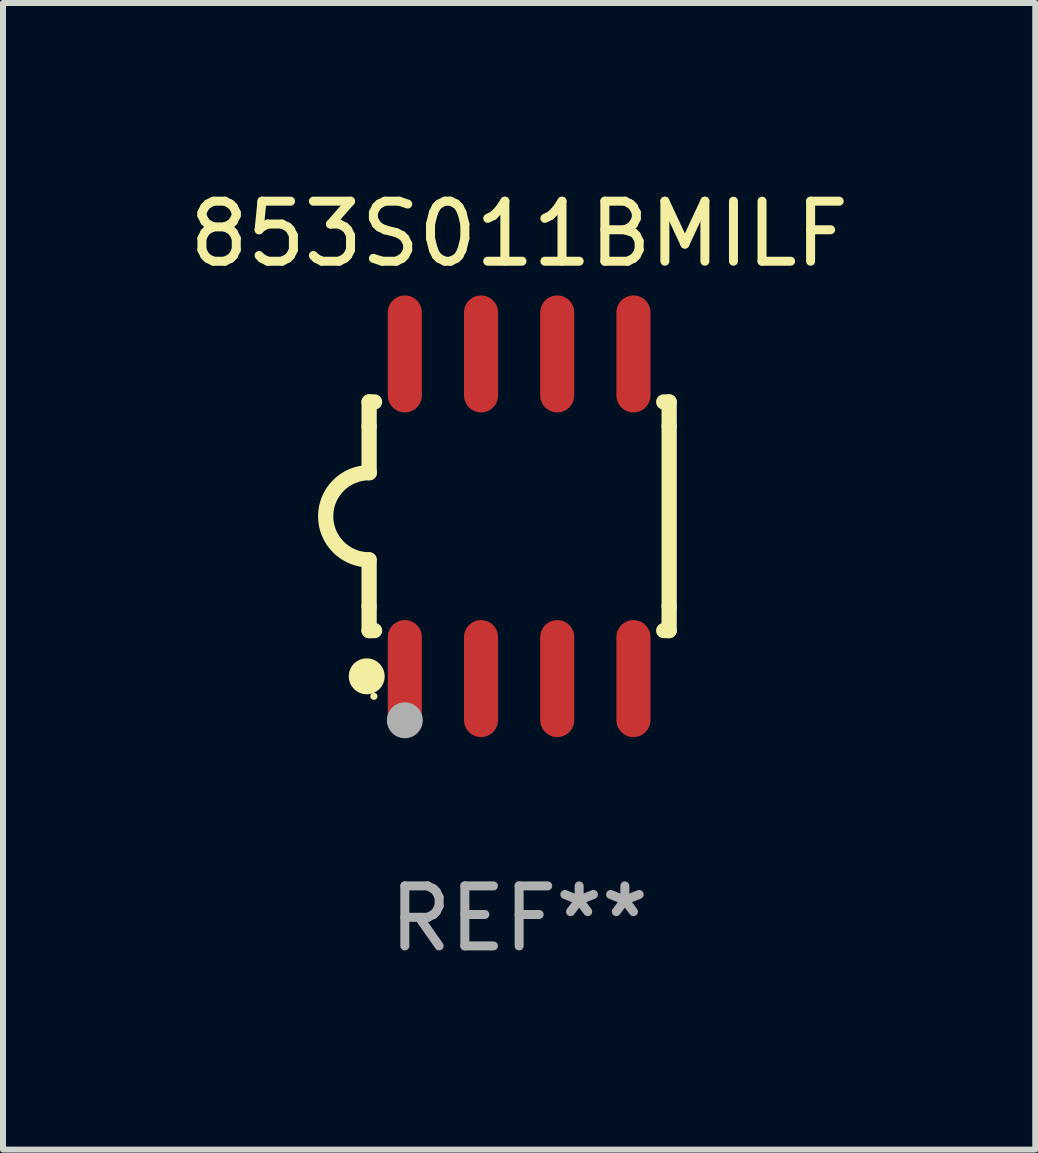
<source format=kicad_pcb>
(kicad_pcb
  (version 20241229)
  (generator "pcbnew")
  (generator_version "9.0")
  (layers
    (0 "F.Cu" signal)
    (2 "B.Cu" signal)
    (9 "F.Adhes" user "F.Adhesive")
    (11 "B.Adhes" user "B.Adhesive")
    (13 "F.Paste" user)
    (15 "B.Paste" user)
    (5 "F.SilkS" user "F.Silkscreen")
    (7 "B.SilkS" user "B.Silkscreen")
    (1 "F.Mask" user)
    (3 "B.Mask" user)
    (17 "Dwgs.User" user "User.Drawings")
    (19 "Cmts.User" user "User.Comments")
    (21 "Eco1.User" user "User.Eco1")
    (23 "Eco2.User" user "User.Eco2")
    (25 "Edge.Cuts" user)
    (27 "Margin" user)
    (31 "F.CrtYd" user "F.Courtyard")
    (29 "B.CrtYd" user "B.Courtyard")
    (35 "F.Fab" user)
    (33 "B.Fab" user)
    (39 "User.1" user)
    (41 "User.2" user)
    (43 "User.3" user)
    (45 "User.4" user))
  (footprint "853S011BMILF"
    (layer "F.Cu")
    (at 5.601 5.553)
    (property "Reference" "853S011BMILF" (at 0 -4.705 0) (layer "F.SilkS") (effects (font (size 1 1) (thickness 0.15))))
    (attr through_hole)
    (fp_line (start -2.5 -1.905) (end -2.409 -1.905) (stroke (width 0.254) (type solid)) (layer "F.SilkS"))
    (fp_line (start -2.5 -1.5) (end -2.5 -1.905) (stroke (width 0.254) (type solid)) (layer "F.SilkS"))
    (fp_line (start -2.5 -1.5) (end -2.5 -0.726) (stroke (width 0.254) (type solid)) (layer "F.SilkS"))
    (fp_line (start -2.5 1.5) (end -2.5 0.727) (stroke (width 0.254) (type solid)) (layer "F.SilkS"))
    (fp_line (start -2.5 1.5) (end -2.5 1.905) (stroke (width 0.254) (type solid)) (layer "F.SilkS"))
    (fp_line (start -2.5 1.905) (end -2.409 1.905) (stroke (width 0.254) (type solid)) (layer "F.SilkS"))
    (fp_line (start 2.5 -1.905) (end 2.409 -1.905) (stroke (width 0.254) (type solid)) (layer "F.SilkS"))
    (fp_line (start 2.5 -1.5) (end 2.5 -1.905) (stroke (width 0.254) (type solid)) (layer "F.SilkS"))
    (fp_line (start 2.5 -1.5) (end 2.5 1.5) (stroke (width 0.254) (type solid)) (layer "F.SilkS"))
    (fp_line (start 2.5 1.5) (end 2.5 1.905) (stroke (width 0.254) (type solid)) (layer "F.SilkS"))
    (fp_line (start 2.5 1.905) (end 2.409 1.905) (stroke (width 0.254) (type solid)) (layer "F.SilkS"))
    (fp_arc (start -2.5 0.726568) (mid -3.220316 -0.0023) (end -2.495097 -0.726289) (stroke (width 0.254001) (type solid)) (layer "F.SilkS"))
    (fp_circle (center -2.54 2.667) (end -2.39 2.667) (stroke (width 0.3) (type solid)) (fill no) (layer "F.SilkS"))
    (fp_circle (center -2.42 3) (end -2.39 3) (stroke (width 0.06) (type solid)) (fill no) (layer "F.SilkS"))
    (fp_circle (center -1.905 3.4) (end -1.755 3.4) (stroke (width 0.3) (type solid)) (fill no) (layer "F.Fab"))
    (fp_text user "REF**" (at 0 6.705 0) (layer "F.Fab") (effects (font (size 1 1) (thickness 0.15))))
    (pad "1" smd oval (at -1.905 2.705) (size 0.568 1.95) (layers "F.Cu" "F.Mask" "F.Paste"))
    (pad "2" smd oval (at -0.635 2.705) (size 0.568 1.95) (layers "F.Cu" "F.Mask" "F.Paste"))
    (pad "3" smd oval (at 0.635 2.705) (size 0.568 1.95) (layers "F.Cu" "F.Mask" "F.Paste"))
    (pad "4" smd oval (at 1.905 2.705) (size 0.568 1.95) (layers "F.Cu" "F.Mask" "F.Paste"))
    (pad "5" smd oval (at 1.905 -2.705) (size 0.568 1.95) (layers "F.Cu" "F.Mask" "F.Paste"))
    (pad "6" smd oval (at 0.635 -2.705) (size 0.568 1.95) (layers "F.Cu" "F.Mask" "F.Paste"))
    (pad "7" smd oval (at -0.635 -2.705) (size 0.568 1.95) (layers "F.Cu" "F.Mask" "F.Paste"))
    (pad "8" smd oval (at -1.905 -2.705) (size 0.568 1.95) (layers "F.Cu" "F.Mask" "F.Paste")))
  (gr_rect
    (start -3 -3)
    (end 14.202 16.107)
    (stroke (width 0.1) (type default))
    (fill no)
    (layer "Edge.Cuts")))
</source>
